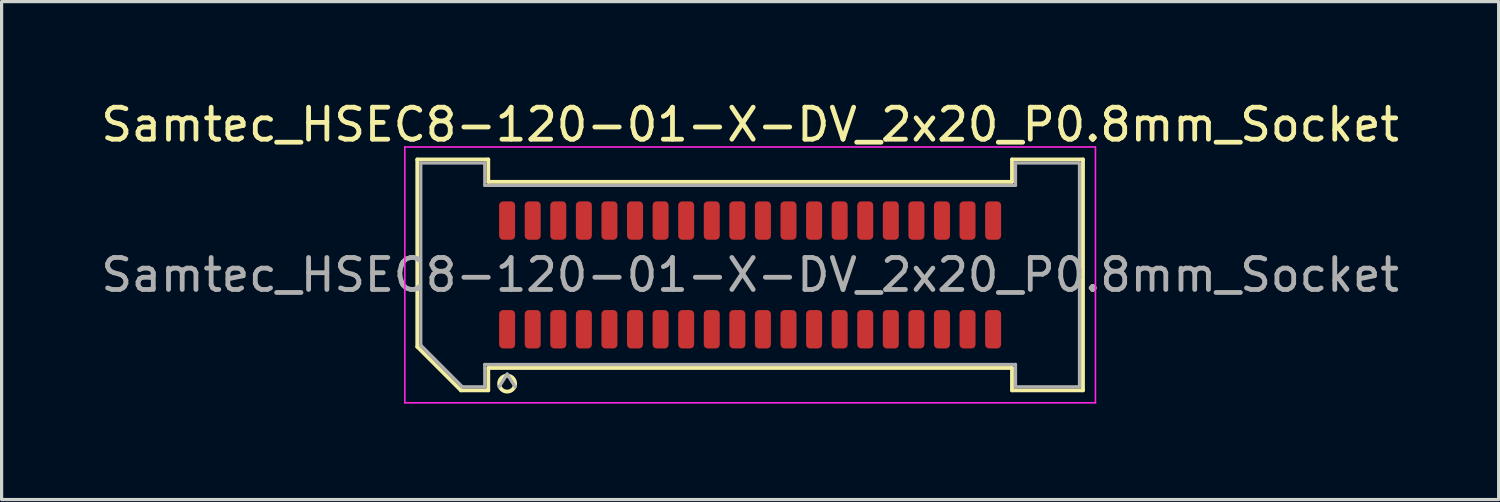
<source format=kicad_pcb>
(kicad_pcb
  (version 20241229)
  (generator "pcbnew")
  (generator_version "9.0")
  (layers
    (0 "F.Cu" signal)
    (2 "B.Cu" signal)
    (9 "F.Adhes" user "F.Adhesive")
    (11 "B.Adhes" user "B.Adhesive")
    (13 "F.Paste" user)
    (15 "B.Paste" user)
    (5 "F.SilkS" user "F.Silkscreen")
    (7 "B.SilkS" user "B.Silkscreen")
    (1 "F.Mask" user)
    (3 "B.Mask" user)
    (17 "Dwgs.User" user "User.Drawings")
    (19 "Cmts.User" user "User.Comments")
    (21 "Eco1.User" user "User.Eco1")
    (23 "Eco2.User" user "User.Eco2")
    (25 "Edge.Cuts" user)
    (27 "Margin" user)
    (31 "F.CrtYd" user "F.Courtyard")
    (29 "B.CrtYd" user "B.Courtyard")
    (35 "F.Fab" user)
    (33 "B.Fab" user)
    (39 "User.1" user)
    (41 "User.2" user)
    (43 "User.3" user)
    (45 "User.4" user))
  (footprint "Samtec_HSEC8-120-01-X-DV_2x20_P0.8mm_Socket"
    (layer "F.Cu")
    (at 20.411 5.548)
    (property "Reference" "Samtec_HSEC8-120-01-X-DV_2x20_P0.8mm_Socket" (at 0 -4.7 0) (layer "F.SilkS") (effects (font (size 1 1) (thickness 0.15))))
    (attr smd)
    (fp_line (start -10.41 -3.61) (end -8.19 -3.61) (stroke (width 0.12) (type solid)) (layer "F.SilkS"))
    (fp_line (start -10.41 2.246) (end -10.41 -3.61) (stroke (width 0.12) (type solid)) (layer "F.SilkS"))
    (fp_line (start -9.046 3.61) (end -10.41 2.246) (stroke (width 0.12) (type solid)) (layer "F.SilkS"))
    (fp_line (start -8.19 -3.61) (end -8.19 -2.91) (stroke (width 0.12) (type solid)) (layer "F.SilkS"))
    (fp_line (start -8.19 -2.91) (end 8.19 -2.91) (stroke (width 0.12) (type solid)) (layer "F.SilkS"))
    (fp_line (start -8.19 2.91) (end -8.19 3.61) (stroke (width 0.12) (type solid)) (layer "F.SilkS"))
    (fp_line (start -8.19 3.61) (end -9.046 3.61) (stroke (width 0.12) (type solid)) (layer "F.SilkS"))
    (fp_line (start 8.19 -3.61) (end 10.41 -3.61) (stroke (width 0.12) (type solid)) (layer "F.SilkS"))
    (fp_line (start 8.19 -2.91) (end 8.19 -3.61) (stroke (width 0.12) (type solid)) (layer "F.SilkS"))
    (fp_line (start 8.19 2.91) (end -8.19 2.91) (stroke (width 0.12) (type solid)) (layer "F.SilkS"))
    (fp_line (start 8.19 3.61) (end 8.19 2.91) (stroke (width 0.12) (type solid)) (layer "F.SilkS"))
    (fp_line (start 10.41 -3.61) (end 10.41 3.61) (stroke (width 0.12) (type solid)) (layer "F.SilkS"))
    (fp_line (start 10.41 3.61) (end 8.19 3.61) (stroke (width 0.12) (type solid)) (layer "F.SilkS"))
    (fp_arc (start -7.35 3.4) (mid -7.85 3.4) (end -7.35 3.4) (stroke (width 0.12) (type solid)) (layer "F.SilkS"))
    (fp_line (start -10.8 -4) (end -10.8 4) (stroke (width 0.05) (type solid)) (layer "F.CrtYd"))
    (fp_line (start -10.8 4) (end 10.8 4) (stroke (width 0.05) (type solid)) (layer "F.CrtYd"))
    (fp_line (start 10.8 -4) (end -10.8 -4) (stroke (width 0.05) (type solid)) (layer "F.CrtYd"))
    (fp_line (start 10.8 4) (end 10.8 -4) (stroke (width 0.05) (type solid)) (layer "F.CrtYd"))
    (fp_line (start -10.3 -3.5) (end -8.3 -3.5) (stroke (width 0.1) (type solid)) (layer "F.Fab"))
    (fp_line (start -10.3 2.2) (end -10.3 -3.5) (stroke (width 0.1) (type solid)) (layer "F.Fab"))
    (fp_line (start -9 3.5) (end -10.3 2.2) (stroke (width 0.1) (type solid)) (layer "F.Fab"))
    (fp_line (start -8.3 -3.5) (end -8.3 -2.8) (stroke (width 0.1) (type solid)) (layer "F.Fab"))
    (fp_line (start -8.3 -2.8) (end 8.3 -2.8) (stroke (width 0.1) (type solid)) (layer "F.Fab"))
    (fp_line (start -8.3 2.8) (end -8.3 3.5) (stroke (width 0.1) (type solid)) (layer "F.Fab"))
    (fp_line (start -8.3 3.5) (end -9 3.5) (stroke (width 0.1) (type solid)) (layer "F.Fab"))
    (fp_line (start -7.6 3.1) (end -7.85 3.5) (stroke (width 0.1) (type solid)) (layer "F.Fab"))
    (fp_line (start -7.6 3.1) (end -7.35 3.5) (stroke (width 0.1) (type solid)) (layer "F.Fab"))
    (fp_line (start 8.3 -3.5) (end 10.3 -3.5) (stroke (width 0.1) (type solid)) (layer "F.Fab"))
    (fp_line (start 8.3 -2.8) (end 8.3 -3.5) (stroke (width 0.1) (type solid)) (layer "F.Fab"))
    (fp_line (start 8.3 2.8) (end -8.3 2.8) (stroke (width 0.1) (type solid)) (layer "F.Fab"))
    (fp_line (start 8.3 3.5) (end 8.3 2.8) (stroke (width 0.1) (type solid)) (layer "F.Fab"))
    (fp_line (start 10.3 -3.5) (end 10.3 3.5) (stroke (width 0.1) (type solid)) (layer "F.Fab"))
    (fp_line (start 10.3 3.5) (end 8.3 3.5) (stroke (width 0.1) (type solid)) (layer "F.Fab"))
    (fp_text user "${REFERENCE}" (at 0 0 0) (layer "F.Fab") (effects (font (size 1 1) (thickness 0.15))))
    (pad "1" smd roundrect (at -7.6 1.7) (size 0.5 1.2) (layers "F.Cu" "F.Mask" "F.Paste") (roundrect_rratio 0.25))
    (pad "2" smd roundrect (at -7.6 -1.7) (size 0.5 1.2) (layers "F.Cu" "F.Mask" "F.Paste") (roundrect_rratio 0.25))
    (pad "3" smd roundrect (at -6.8 1.7) (size 0.5 1.2) (layers "F.Cu" "F.Mask" "F.Paste") (roundrect_rratio 0.25))
    (pad "4" smd roundrect (at -6.8 -1.7) (size 0.5 1.2) (layers "F.Cu" "F.Mask" "F.Paste") (roundrect_rratio 0.25))
    (pad "5" smd roundrect (at -6 1.7) (size 0.5 1.2) (layers "F.Cu" "F.Mask" "F.Paste") (roundrect_rratio 0.25))
    (pad "6" smd roundrect (at -6 -1.7) (size 0.5 1.2) (layers "F.Cu" "F.Mask" "F.Paste") (roundrect_rratio 0.25))
    (pad "7" smd roundrect (at -5.2 1.7) (size 0.5 1.2) (layers "F.Cu" "F.Mask" "F.Paste") (roundrect_rratio 0.25))
    (pad "8" smd roundrect (at -5.2 -1.7) (size 0.5 1.2) (layers "F.Cu" "F.Mask" "F.Paste") (roundrect_rratio 0.25))
    (pad "9" smd roundrect (at -4.4 1.7) (size 0.5 1.2) (layers "F.Cu" "F.Mask" "F.Paste") (roundrect_rratio 0.25))
    (pad "10" smd roundrect (at -4.4 -1.7) (size 0.5 1.2) (layers "F.Cu" "F.Mask" "F.Paste") (roundrect_rratio 0.25))
    (pad "11" smd roundrect (at -3.6 1.7) (size 0.5 1.2) (layers "F.Cu" "F.Mask" "F.Paste") (roundrect_rratio 0.25))
    (pad "12" smd roundrect (at -3.6 -1.7) (size 0.5 1.2) (layers "F.Cu" "F.Mask" "F.Paste") (roundrect_rratio 0.25))
    (pad "13" smd roundrect (at -2.8 1.7) (size 0.5 1.2) (layers "F.Cu" "F.Mask" "F.Paste") (roundrect_rratio 0.25))
    (pad "14" smd roundrect (at -2.8 -1.7) (size 0.5 1.2) (layers "F.Cu" "F.Mask" "F.Paste") (roundrect_rratio 0.25))
    (pad "15" smd roundrect (at -2 1.7) (size 0.5 1.2) (layers "F.Cu" "F.Mask" "F.Paste") (roundrect_rratio 0.25))
    (pad "16" smd roundrect (at -2 -1.7) (size 0.5 1.2) (layers "F.Cu" "F.Mask" "F.Paste") (roundrect_rratio 0.25))
    (pad "17" smd roundrect (at -1.2 1.7) (size 0.5 1.2) (layers "F.Cu" "F.Mask" "F.Paste") (roundrect_rratio 0.25))
    (pad "18" smd roundrect (at -1.2 -1.7) (size 0.5 1.2) (layers "F.Cu" "F.Mask" "F.Paste") (roundrect_rratio 0.25))
    (pad "19" smd roundrect (at -0.4 1.7) (size 0.5 1.2) (layers "F.Cu" "F.Mask" "F.Paste") (roundrect_rratio 0.25))
    (pad "20" smd roundrect (at -0.4 -1.7) (size 0.5 1.2) (layers "F.Cu" "F.Mask" "F.Paste") (roundrect_rratio 0.25))
    (pad "21" smd roundrect (at 0.4 1.7) (size 0.5 1.2) (layers "F.Cu" "F.Mask" "F.Paste") (roundrect_rratio 0.25))
    (pad "22" smd roundrect (at 0.4 -1.7) (size 0.5 1.2) (layers "F.Cu" "F.Mask" "F.Paste") (roundrect_rratio 0.25))
    (pad "23" smd roundrect (at 1.2 1.7) (size 0.5 1.2) (layers "F.Cu" "F.Mask" "F.Paste") (roundrect_rratio 0.25))
    (pad "24" smd roundrect (at 1.2 -1.7) (size 0.5 1.2) (layers "F.Cu" "F.Mask" "F.Paste") (roundrect_rratio 0.25))
    (pad "25" smd roundrect (at 2 1.7) (size 0.5 1.2) (layers "F.Cu" "F.Mask" "F.Paste") (roundrect_rratio 0.25))
    (pad "26" smd roundrect (at 2 -1.7) (size 0.5 1.2) (layers "F.Cu" "F.Mask" "F.Paste") (roundrect_rratio 0.25))
    (pad "27" smd roundrect (at 2.8 1.7) (size 0.5 1.2) (layers "F.Cu" "F.Mask" "F.Paste") (roundrect_rratio 0.25))
    (pad "28" smd roundrect (at 2.8 -1.7) (size 0.5 1.2) (layers "F.Cu" "F.Mask" "F.Paste") (roundrect_rratio 0.25))
    (pad "29" smd roundrect (at 3.6 1.7) (size 0.5 1.2) (layers "F.Cu" "F.Mask" "F.Paste") (roundrect_rratio 0.25))
    (pad "30" smd roundrect (at 3.6 -1.7) (size 0.5 1.2) (layers "F.Cu" "F.Mask" "F.Paste") (roundrect_rratio 0.25))
    (pad "31" smd roundrect (at 4.4 1.7) (size 0.5 1.2) (layers "F.Cu" "F.Mask" "F.Paste") (roundrect_rratio 0.25))
    (pad "32" smd roundrect (at 4.4 -1.7) (size 0.5 1.2) (layers "F.Cu" "F.Mask" "F.Paste") (roundrect_rratio 0.25))
    (pad "33" smd roundrect (at 5.2 1.7) (size 0.5 1.2) (layers "F.Cu" "F.Mask" "F.Paste") (roundrect_rratio 0.25))
    (pad "34" smd roundrect (at 5.2 -1.7) (size 0.5 1.2) (layers "F.Cu" "F.Mask" "F.Paste") (roundrect_rratio 0.25))
    (pad "35" smd roundrect (at 6 1.7) (size 0.5 1.2) (layers "F.Cu" "F.Mask" "F.Paste") (roundrect_rratio 0.25))
    (pad "36" smd roundrect (at 6 -1.7) (size 0.5 1.2) (layers "F.Cu" "F.Mask" "F.Paste") (roundrect_rratio 0.25))
    (pad "37" smd roundrect (at 6.8 1.7) (size 0.5 1.2) (layers "F.Cu" "F.Mask" "F.Paste") (roundrect_rratio 0.25))
    (pad "38" smd roundrect (at 6.8 -1.7) (size 0.5 1.2) (layers "F.Cu" "F.Mask" "F.Paste") (roundrect_rratio 0.25))
    (pad "39" smd roundrect (at 7.6 1.7) (size 0.5 1.2) (layers "F.Cu" "F.Mask" "F.Paste") (roundrect_rratio 0.25))
    (pad "40" smd roundrect (at 7.6 -1.7) (size 0.5 1.2) (layers "F.Cu" "F.Mask" "F.Paste") (roundrect_rratio 0.25)))
  (gr_rect
    (start -3 -3)
    (end 43.821 12.573)
    (stroke (width 0.1) (type default))
    (fill no)
    (layer "Edge.Cuts")))
</source>
